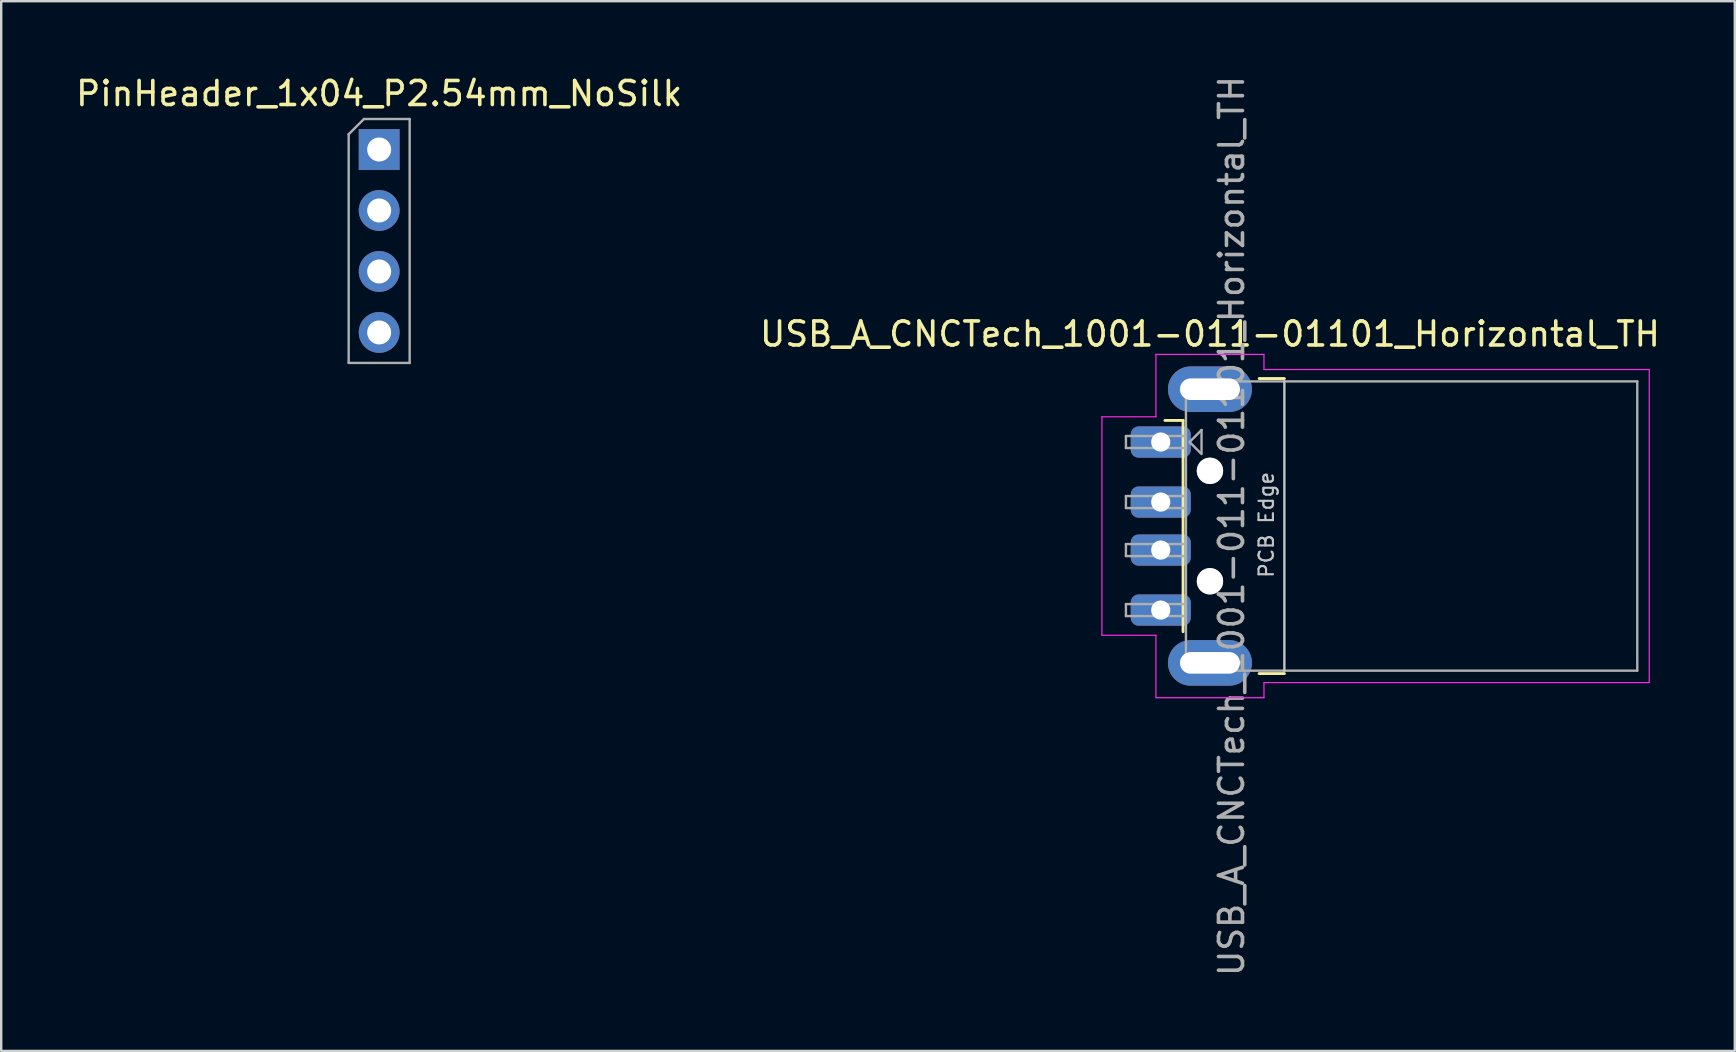
<source format=kicad_pcb>
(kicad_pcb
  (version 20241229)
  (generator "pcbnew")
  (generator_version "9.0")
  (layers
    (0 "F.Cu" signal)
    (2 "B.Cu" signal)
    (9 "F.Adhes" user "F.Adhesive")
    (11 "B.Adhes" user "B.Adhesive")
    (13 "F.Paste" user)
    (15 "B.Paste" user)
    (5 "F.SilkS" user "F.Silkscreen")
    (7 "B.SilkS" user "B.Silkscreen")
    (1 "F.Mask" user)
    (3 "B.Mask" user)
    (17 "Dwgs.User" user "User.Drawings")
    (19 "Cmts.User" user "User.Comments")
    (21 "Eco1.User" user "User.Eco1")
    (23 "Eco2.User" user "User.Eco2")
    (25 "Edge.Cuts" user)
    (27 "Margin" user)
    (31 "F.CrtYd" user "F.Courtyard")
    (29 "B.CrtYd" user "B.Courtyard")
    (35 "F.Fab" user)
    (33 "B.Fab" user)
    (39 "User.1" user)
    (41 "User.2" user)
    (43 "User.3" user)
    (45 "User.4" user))
  (footprint "PinHeader_1x04_P2.54mm_NoSilk"
    (layer "F.Cu")
    (at 12.744 3.178)
    (property "Reference" "PinHeader_1x04_P2.54mm_NoSilk" (at 0 -2.33 0) (layer "F.SilkS") (effects (font (size 1 1) (thickness 0.15))))
    (attr through_hole)
    (fp_line (start -1.27 -0.635) (end -0.635 -1.27) (stroke (width 0.1) (type solid)) (layer "F.Fab"))
    (fp_line (start -1.27 8.89) (end -1.27 -0.635) (stroke (width 0.1) (type solid)) (layer "F.Fab"))
    (fp_line (start -0.635 -1.27) (end 1.27 -1.27) (stroke (width 0.1) (type solid)) (layer "F.Fab"))
    (fp_line (start 1.27 -1.27) (end 1.27 8.89) (stroke (width 0.1) (type solid)) (layer "F.Fab"))
    (fp_line (start 1.27 8.89) (end -1.27 8.89) (stroke (width 0.1) (type solid)) (layer "F.Fab"))
    (pad "1" thru_hole rect (at 0 0) (size 1.7 1.7) (drill 1) (layers "*.Cu" "*.Mask"))
    (pad "2" thru_hole oval (at 0 2.54) (size 1.7 1.7) (drill 1) (layers "*.Cu" "*.Mask"))
    (pad "3" thru_hole oval (at 0 5.08) (size 1.7 1.7) (drill 1) (layers "*.Cu" "*.Mask"))
    (pad "4" thru_hole oval (at 0 7.62) (size 1.7 1.7) (drill 1) (layers "*.Cu" "*.Mask")))
  (footprint "USB_A_CNCTech_1001-011-01101_Horizontal_TH"
    (layer "F.Cu")
    (at 54.251 18.863)
    (property "Reference" "USB_A_CNCTech_1001-011-01101_Horizontal_TH" (at -6.9 -8 180) (layer "F.SilkS") (effects (font (size 1 1) (thickness 0.15))))
    (attr smd)
    (fp_line (start -8.02 -4.4) (end -8.775 -4.4) (stroke (width 0.12) (type solid)) (layer "F.SilkS"))
    (fp_line (start -8.02 -4.4) (end -8.02 4.4) (stroke (width 0.12) (type solid)) (layer "F.SilkS"))
    (fp_line (start -4.85 -6.145) (end -3.8 -6.145) (stroke (width 0.12) (type solid)) (layer "F.SilkS"))
    (fp_line (start -4.85 6.145) (end -3.8 6.145) (stroke (width 0.12) (type solid)) (layer "F.SilkS"))
    (fp_line (start -3.8 6.025) (end -3.8 -6.025) (stroke (width 0.1) (type solid)) (layer "Dwgs.User"))
    (fp_line (start -11.4 -4.55) (end -9.15 -4.55) (stroke (width 0.05) (type solid)) (layer "F.CrtYd"))
    (fp_line (start -11.4 4.55) (end -11.4 -4.55) (stroke (width 0.05) (type solid)) (layer "F.CrtYd"))
    (fp_line (start -11.4 4.55) (end -9.15 4.55) (stroke (width 0.05) (type solid)) (layer "F.CrtYd"))
    (fp_line (start -9.15 -7.15) (end -9.15 -4.55) (stroke (width 0.05) (type solid)) (layer "F.CrtYd"))
    (fp_line (start -9.15 -7.15) (end -4.65 -7.15) (stroke (width 0.05) (type solid)) (layer "F.CrtYd"))
    (fp_line (start -9.15 4.55) (end -9.15 7.15) (stroke (width 0.05) (type solid)) (layer "F.CrtYd"))
    (fp_line (start -9.15 7.15) (end -4.65 7.15) (stroke (width 0.05) (type solid)) (layer "F.CrtYd"))
    (fp_line (start -4.65 -6.52) (end -4.65 -7.15) (stroke (width 0.05) (type solid)) (layer "F.CrtYd"))
    (fp_line (start -4.65 -6.52) (end 11.4 -6.52) (stroke (width 0.05) (type solid)) (layer "F.CrtYd"))
    (fp_line (start -4.65 6.52) (end 11.4 6.52) (stroke (width 0.05) (type solid)) (layer "F.CrtYd"))
    (fp_line (start -4.65 7.15) (end -4.65 6.52) (stroke (width 0.05) (type solid)) (layer "F.CrtYd"))
    (fp_line (start 11.4 6.52) (end 11.4 -6.52) (stroke (width 0.05) (type solid)) (layer "F.CrtYd"))
    (fp_line (start -10.4 -3.75) (end -7.9 -3.75) (stroke (width 0.1) (type solid)) (layer "F.Fab"))
    (fp_line (start -10.4 -3.25) (end -10.4 -3.75) (stroke (width 0.1) (type solid)) (layer "F.Fab"))
    (fp_line (start -10.4 -3.25) (end -7.9 -3.25) (stroke (width 0.1) (type solid)) (layer "F.Fab"))
    (fp_line (start -10.4 -1.25) (end -7.9 -1.25) (stroke (width 0.1) (type solid)) (layer "F.Fab"))
    (fp_line (start -10.4 -0.75) (end -10.4 -1.25) (stroke (width 0.1) (type solid)) (layer "F.Fab"))
    (fp_line (start -10.4 -0.75) (end -7.9 -0.75) (stroke (width 0.1) (type solid)) (layer "F.Fab"))
    (fp_line (start -10.4 0.75) (end -7.9 0.75) (stroke (width 0.1) (type solid)) (layer "F.Fab"))
    (fp_line (start -10.4 1.25) (end -10.4 0.75) (stroke (width 0.1) (type solid)) (layer "F.Fab"))
    (fp_line (start -10.4 1.25) (end -7.9 1.25) (stroke (width 0.1) (type solid)) (layer "F.Fab"))
    (fp_line (start -10.4 3.25) (end -7.9 3.25) (stroke (width 0.1) (type solid)) (layer "F.Fab"))
    (fp_line (start -10.4 3.75) (end -10.4 3.25) (stroke (width 0.1) (type solid)) (layer "F.Fab"))
    (fp_line (start -10.4 3.75) (end -7.9 3.75) (stroke (width 0.1) (type solid)) (layer "F.Fab"))
    (fp_line (start -7.9 -6.025) (end 10.9 -6.025) (stroke (width 0.1) (type solid)) (layer "F.Fab"))
    (fp_line (start -7.9 6.025) (end -7.9 -6.025) (stroke (width 0.1) (type solid)) (layer "F.Fab"))
    (fp_line (start -7.9 6.025) (end 10.9 6.025) (stroke (width 0.1) (type solid)) (layer "F.Fab"))
    (fp_line (start -7.75 -3.5) (end -7.25 -4) (stroke (width 0.1) (type solid)) (layer "F.Fab"))
    (fp_line (start -7.75 -3.5) (end -7.25 -3) (stroke (width 0.1) (type solid)) (layer "F.Fab"))
    (fp_line (start -7.25 -4) (end -7.25 -3.05) (stroke (width 0.1) (type solid)) (layer "F.Fab"))
    (fp_line (start 10.9 6.025) (end 10.9 -6.025) (stroke (width 0.1) (type solid)) (layer "F.Fab"))
    (fp_circle (center -6.9 -2.3) (end -6.9 -2.8) (stroke (width 0.1) (type solid)) (fill no) (layer "F.Fab"))
    (fp_circle (center -6.9 2.3) (end -6.9 2.8) (stroke (width 0.1) (type solid)) (fill no) (layer "F.Fab"))
    (fp_text user "PCB Edge" (at -4.55 -0.05 270) (layer "Dwgs.User") (effects (font (size 0.6 0.6) (thickness 0.09))))
    (fp_text user "${REFERENCE}" (at -6 0 270) (layer "F.Fab") (effects (font (size 1 1) (thickness 0.15))))
    (pad "" np_thru_hole circle (at -6.9 -2.3) (size 1.1 1.1) (drill 1.1) (layers "*.Cu" "*.Mask"))
    (pad "" np_thru_hole circle (at -6.9 2.3) (size 1.1 1.1) (drill 1.1) (layers "*.Cu" "*.Mask"))
    (pad "1" thru_hole roundrect (at -8.95 -3.5) (size 2.5 1.3) (drill 0.8) (layers "*.Cu" "*.Mask") (roundrect_rratio 0.25))
    (pad "2" thru_hole roundrect (at -8.95 -1) (size 2.5 1.3) (drill 0.8) (layers "*.Cu" "*.Mask") (roundrect_rratio 0.25))
    (pad "3" thru_hole roundrect (at -8.95 1) (size 2.5 1.3) (drill 0.8) (layers "*.Cu" "*.Mask") (roundrect_rratio 0.25))
    (pad "4" thru_hole roundrect (at -8.95 3.5) (size 2.5 1.3) (drill 0.8) (layers "*.Cu" "*.Mask") (roundrect_rratio 0.25))
    (pad "5" thru_hole oval (at -6.9 -5.7) (size 3.5 1.9) (drill oval 2.5 0.9) (layers "*.Cu" "*.Mask"))
    (pad "5" thru_hole oval (at -6.9 5.7) (size 3.5 1.9) (drill oval 2.5 0.9) (layers "*.Cu" "*.Mask")))
  (gr_rect
    (start -3 -3)
    (end 69.214 40.726)
    (stroke (width 0.1) (type default))
    (fill no)
    (layer "Edge.Cuts")))
</source>
